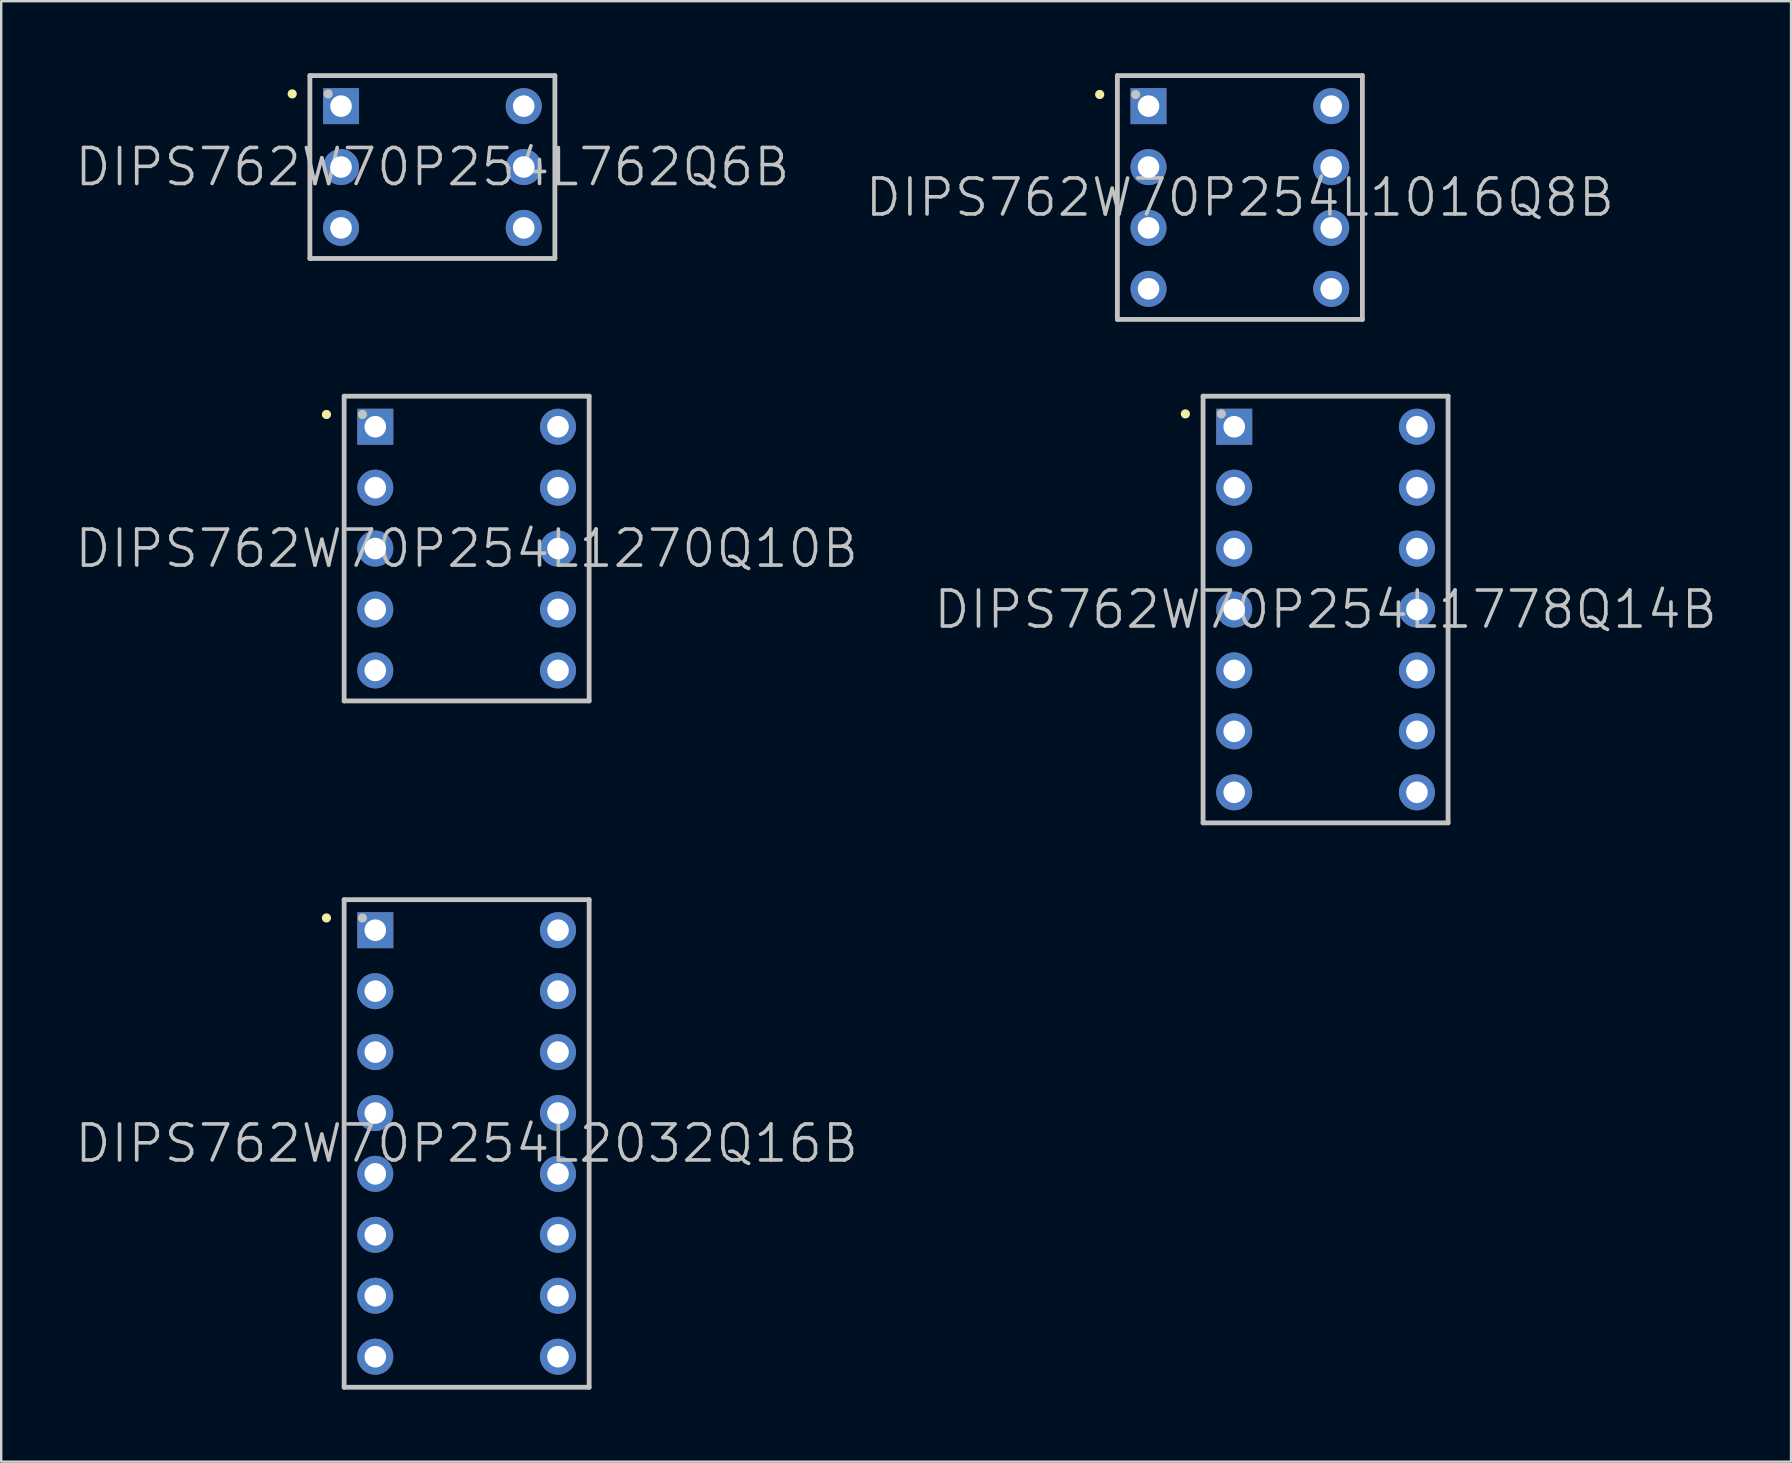
<source format=kicad_pcb>
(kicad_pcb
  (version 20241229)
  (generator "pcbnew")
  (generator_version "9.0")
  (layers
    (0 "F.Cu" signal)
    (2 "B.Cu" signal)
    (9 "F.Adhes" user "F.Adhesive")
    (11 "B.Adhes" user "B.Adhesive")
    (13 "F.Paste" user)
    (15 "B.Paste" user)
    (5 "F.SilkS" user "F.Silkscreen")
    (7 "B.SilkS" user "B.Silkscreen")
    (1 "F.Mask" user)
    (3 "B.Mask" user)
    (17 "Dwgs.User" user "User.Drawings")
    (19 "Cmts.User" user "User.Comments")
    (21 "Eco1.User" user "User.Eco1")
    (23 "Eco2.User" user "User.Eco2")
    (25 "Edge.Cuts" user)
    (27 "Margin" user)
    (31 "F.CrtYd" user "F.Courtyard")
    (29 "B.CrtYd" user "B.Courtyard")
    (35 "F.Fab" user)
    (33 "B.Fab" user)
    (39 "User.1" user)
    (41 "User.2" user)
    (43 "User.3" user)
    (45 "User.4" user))
  (footprint "DIPS762W70P254L1270Q10B"
    (layer "F.Cu")
    (at 16.396 19.81)
    (property "Reference" "DIPS762W70P254L1270Q10B" (at 0 0 0) (layer "Dwgs.User") (effects (font (size 1.5 1.5) (thickness 0.15))))
    (attr through_hole)
    (fp_line (start -5.842 -5.588) (end -5.842 -5.588) (stroke (width 0.381) (type solid)) (layer "F.SilkS"))
    (fp_line (start -5.105 -6.35) (end -5.105 6.35) (stroke (width 0.2) (type solid)) (layer "Dwgs.User"))
    (fp_line (start -5.105 -6.35) (end 5.105 -6.35) (stroke (width 0.2) (type solid)) (layer "Dwgs.User"))
    (fp_line (start -5.105 6.35) (end 5.105 6.35) (stroke (width 0.2) (type solid)) (layer "Dwgs.User"))
    (fp_line (start -4.343 -5.588) (end -4.343 -5.588) (stroke (width 0.381) (type solid)) (layer "Dwgs.User"))
    (fp_line (start 5.105 -6.35) (end 5.105 6.35) (stroke (width 0.2) (type solid)) (layer "Dwgs.User"))
    (pad "1" thru_hole rect (at -3.807 -5.077 180) (size 1.5 1.5) (drill 0.9) (layers "*.Cu" "*.Mask"))
    (pad "2" thru_hole circle (at -3.807 -2.537 180) (size 1.5 1.5) (drill 0.9) (layers "*.Cu" "*.Mask"))
    (pad "3" thru_hole circle (at -3.807 0 180) (size 1.5 1.5) (drill 0.9) (layers "*.Cu" "*.Mask"))
    (pad "4" thru_hole circle (at -3.807 2.537 180) (size 1.5 1.5) (drill 0.9) (layers "*.Cu" "*.Mask"))
    (pad "5" thru_hole circle (at -3.807 5.077 180) (size 1.5 1.5) (drill 0.9) (layers "*.Cu" "*.Mask"))
    (pad "6" thru_hole circle (at 3.807 5.077 180) (size 1.5 1.5) (drill 0.9) (layers "*.Cu" "*.Mask"))
    (pad "7" thru_hole circle (at 3.807 2.537 180) (size 1.5 1.5) (drill 0.9) (layers "*.Cu" "*.Mask"))
    (pad "8" thru_hole circle (at 3.807 0 180) (size 1.5 1.5) (drill 0.9) (layers "*.Cu" "*.Mask"))
    (pad "9" thru_hole circle (at 3.807 -2.537 180) (size 1.5 1.5) (drill 0.9) (layers "*.Cu" "*.Mask"))
    (pad "10" thru_hole circle (at 3.807 -5.077 180) (size 1.5 1.5) (drill 0.9) (layers "*.Cu" "*.Mask")))
  (footprint "DIPS762W70P254L762Q6B"
    (layer "F.Cu")
    (at 14.968 3.91)
    (property "Reference" "DIPS762W70P254L762Q6B" (at 0 0 0) (layer "Dwgs.User") (effects (font (size 1.5 1.5) (thickness 0.15))))
    (attr through_hole)
    (fp_line (start -5.842 -3.048) (end -5.842 -3.048) (stroke (width 0.381) (type solid)) (layer "F.SilkS"))
    (fp_line (start -5.105 -3.81) (end -5.105 3.81) (stroke (width 0.2) (type solid)) (layer "Dwgs.User"))
    (fp_line (start -5.105 -3.81) (end 5.105 -3.81) (stroke (width 0.2) (type solid)) (layer "Dwgs.User"))
    (fp_line (start -5.105 3.81) (end 5.105 3.81) (stroke (width 0.2) (type solid)) (layer "Dwgs.User"))
    (fp_line (start -4.343 -3.048) (end -4.343 -3.048) (stroke (width 0.381) (type solid)) (layer "Dwgs.User"))
    (fp_line (start 5.105 -3.81) (end 5.105 3.81) (stroke (width 0.2) (type solid)) (layer "Dwgs.User"))
    (pad "1" thru_hole rect (at -3.807 -2.537 180) (size 1.5 1.5) (drill 0.9) (layers "*.Cu" "*.Mask"))
    (pad "2" thru_hole circle (at -3.807 0 180) (size 1.5 1.5) (drill 0.9) (layers "*.Cu" "*.Mask"))
    (pad "3" thru_hole circle (at -3.807 2.537 180) (size 1.5 1.5) (drill 0.9) (layers "*.Cu" "*.Mask"))
    (pad "4" thru_hole circle (at 3.807 2.537 180) (size 1.5 1.5) (drill 0.9) (layers "*.Cu" "*.Mask"))
    (pad "5" thru_hole circle (at 3.807 0 180) (size 1.5 1.5) (drill 0.9) (layers "*.Cu" "*.Mask"))
    (pad "6" thru_hole circle (at 3.807 -2.537 180) (size 1.5 1.5) (drill 0.9) (layers "*.Cu" "*.Mask")))
  (footprint "DIPS762W70P254L1016Q8B"
    (layer "F.Cu")
    (at 48.618 5.18)
    (property "Reference" "DIPS762W70P254L1016Q8B" (at 0 0 0) (layer "Dwgs.User") (effects (font (size 1.5 1.5) (thickness 0.15))))
    (attr through_hole)
    (fp_line (start -5.842 -4.293) (end -5.842 -4.293) (stroke (width 0.381) (type solid)) (layer "F.SilkS"))
    (fp_line (start -5.105 -5.08) (end -5.105 5.08) (stroke (width 0.2) (type solid)) (layer "Dwgs.User"))
    (fp_line (start -5.105 -5.08) (end 5.105 -5.08) (stroke (width 0.2) (type solid)) (layer "Dwgs.User"))
    (fp_line (start -5.105 5.08) (end 5.105 5.08) (stroke (width 0.2) (type solid)) (layer "Dwgs.User"))
    (fp_line (start -4.343 -4.293) (end -4.343 -4.293) (stroke (width 0.381) (type solid)) (layer "Dwgs.User"))
    (fp_line (start 5.105 -5.08) (end 5.105 5.08) (stroke (width 0.2) (type solid)) (layer "Dwgs.User"))
    (pad "1" thru_hole rect (at -3.807 -3.807 180) (size 1.5 1.5) (drill 0.9) (layers "*.Cu" "*.Mask"))
    (pad "2" thru_hole circle (at -3.807 -1.267 180) (size 1.5 1.5) (drill 0.9) (layers "*.Cu" "*.Mask"))
    (pad "3" thru_hole circle (at -3.807 1.267 180) (size 1.5 1.5) (drill 0.9) (layers "*.Cu" "*.Mask"))
    (pad "4" thru_hole circle (at -3.807 3.807 180) (size 1.5 1.5) (drill 0.9) (layers "*.Cu" "*.Mask"))
    (pad "5" thru_hole circle (at 3.807 3.807 180) (size 1.5 1.5) (drill 0.9) (layers "*.Cu" "*.Mask"))
    (pad "6" thru_hole circle (at 3.807 1.267 180) (size 1.5 1.5) (drill 0.9) (layers "*.Cu" "*.Mask"))
    (pad "7" thru_hole circle (at 3.807 -1.267 180) (size 1.5 1.5) (drill 0.9) (layers "*.Cu" "*.Mask"))
    (pad "8" thru_hole circle (at 3.807 -3.807 180) (size 1.5 1.5) (drill 0.9) (layers "*.Cu" "*.Mask")))
  (footprint "DIPS762W70P254L1778Q14B"
    (layer "F.Cu")
    (at 52.189 22.35)
    (property "Reference" "DIPS762W70P254L1778Q14B" (at 0 0 0) (layer "Dwgs.User") (effects (font (size 1.5 1.5) (thickness 0.15))))
    (attr through_hole)
    (fp_line (start -5.842 -8.153) (end -5.842 -8.153) (stroke (width 0.381) (type solid)) (layer "F.SilkS"))
    (fp_line (start -5.105 -8.89) (end -5.105 8.89) (stroke (width 0.2) (type solid)) (layer "Dwgs.User"))
    (fp_line (start -5.105 -8.89) (end 5.105 -8.89) (stroke (width 0.2) (type solid)) (layer "Dwgs.User"))
    (fp_line (start -5.105 8.89) (end 5.105 8.89) (stroke (width 0.2) (type solid)) (layer "Dwgs.User"))
    (fp_line (start -4.343 -8.153) (end -4.343 -8.153) (stroke (width 0.381) (type solid)) (layer "Dwgs.User"))
    (fp_line (start 5.105 -8.89) (end 5.105 8.89) (stroke (width 0.2) (type solid)) (layer "Dwgs.User"))
    (pad "1" thru_hole rect (at -3.807 -7.617 180) (size 1.5 1.5) (drill 0.9) (layers "*.Cu" "*.Mask"))
    (pad "2" thru_hole circle (at -3.807 -5.077 180) (size 1.5 1.5) (drill 0.9) (layers "*.Cu" "*.Mask"))
    (pad "3" thru_hole circle (at -3.807 -2.537 180) (size 1.5 1.5) (drill 0.9) (layers "*.Cu" "*.Mask"))
    (pad "4" thru_hole circle (at -3.807 0 180) (size 1.5 1.5) (drill 0.9) (layers "*.Cu" "*.Mask"))
    (pad "5" thru_hole circle (at -3.807 2.537 180) (size 1.5 1.5) (drill 0.9) (layers "*.Cu" "*.Mask"))
    (pad "6" thru_hole circle (at -3.807 5.077 180) (size 1.5 1.5) (drill 0.9) (layers "*.Cu" "*.Mask"))
    (pad "7" thru_hole circle (at -3.807 7.617 180) (size 1.5 1.5) (drill 0.9) (layers "*.Cu" "*.Mask"))
    (pad "8" thru_hole circle (at 3.807 7.617 180) (size 1.5 1.5) (drill 0.9) (layers "*.Cu" "*.Mask"))
    (pad "9" thru_hole circle (at 3.807 5.077 180) (size 1.5 1.5) (drill 0.9) (layers "*.Cu" "*.Mask"))
    (pad "10" thru_hole circle (at 3.807 2.537 180) (size 1.5 1.5) (drill 0.9) (layers "*.Cu" "*.Mask"))
    (pad "11" thru_hole circle (at 3.807 0 180) (size 1.5 1.5) (drill 0.9) (layers "*.Cu" "*.Mask"))
    (pad "12" thru_hole circle (at 3.807 -2.537 180) (size 1.5 1.5) (drill 0.9) (layers "*.Cu" "*.Mask"))
    (pad "13" thru_hole circle (at 3.807 -5.077 180) (size 1.5 1.5) (drill 0.9) (layers "*.Cu" "*.Mask"))
    (pad "14" thru_hole circle (at 3.807 -7.617 180) (size 1.5 1.5) (drill 0.9) (layers "*.Cu" "*.Mask")))
  (footprint "DIPS762W70P254L2032Q16B"
    (layer "F.Cu")
    (at 16.396 44.6)
    (property "Reference" "DIPS762W70P254L2032Q16B" (at 0 0 0) (layer "Dwgs.User") (effects (font (size 1.5 1.5) (thickness 0.15))))
    (attr through_hole)
    (fp_line (start -5.842 -9.398) (end -5.842 -9.398) (stroke (width 0.381) (type solid)) (layer "F.SilkS"))
    (fp_line (start -5.105 -10.16) (end -5.105 10.16) (stroke (width 0.2) (type solid)) (layer "Dwgs.User"))
    (fp_line (start -5.105 -10.16) (end 5.105 -10.16) (stroke (width 0.2) (type solid)) (layer "Dwgs.User"))
    (fp_line (start -5.105 10.16) (end 5.105 10.16) (stroke (width 0.2) (type solid)) (layer "Dwgs.User"))
    (fp_line (start -4.343 -9.398) (end -4.343 -9.398) (stroke (width 0.381) (type solid)) (layer "Dwgs.User"))
    (fp_line (start 5.105 -10.16) (end 5.105 10.16) (stroke (width 0.2) (type solid)) (layer "Dwgs.User"))
    (pad "1" thru_hole rect (at -3.807 -8.887 180) (size 1.5 1.5) (drill 0.9) (layers "*.Cu" "*.Mask"))
    (pad "2" thru_hole circle (at -3.807 -6.347 180) (size 1.5 1.5) (drill 0.9) (layers "*.Cu" "*.Mask"))
    (pad "3" thru_hole circle (at -3.807 -3.807 180) (size 1.5 1.5) (drill 0.9) (layers "*.Cu" "*.Mask"))
    (pad "4" thru_hole circle (at -3.807 -1.267 180) (size 1.5 1.5) (drill 0.9) (layers "*.Cu" "*.Mask"))
    (pad "5" thru_hole circle (at -3.807 1.267 180) (size 1.5 1.5) (drill 0.9) (layers "*.Cu" "*.Mask"))
    (pad "6" thru_hole circle (at -3.807 3.807 180) (size 1.5 1.5) (drill 0.9) (layers "*.Cu" "*.Mask"))
    (pad "7" thru_hole circle (at -3.807 6.347 180) (size 1.5 1.5) (drill 0.9) (layers "*.Cu" "*.Mask"))
    (pad "8" thru_hole circle (at -3.807 8.887 180) (size 1.5 1.5) (drill 0.9) (layers "*.Cu" "*.Mask"))
    (pad "9" thru_hole circle (at 3.807 8.887 180) (size 1.5 1.5) (drill 0.9) (layers "*.Cu" "*.Mask"))
    (pad "10" thru_hole circle (at 3.807 6.347 180) (size 1.5 1.5) (drill 0.9) (layers "*.Cu" "*.Mask"))
    (pad "11" thru_hole circle (at 3.807 3.807 180) (size 1.5 1.5) (drill 0.9) (layers "*.Cu" "*.Mask"))
    (pad "12" thru_hole circle (at 3.807 1.267 180) (size 1.5 1.5) (drill 0.9) (layers "*.Cu" "*.Mask"))
    (pad "13" thru_hole circle (at 3.807 -1.267 180) (size 1.5 1.5) (drill 0.9) (layers "*.Cu" "*.Mask"))
    (pad "14" thru_hole circle (at 3.807 -3.807 180) (size 1.5 1.5) (drill 0.9) (layers "*.Cu" "*.Mask"))
    (pad "15" thru_hole circle (at 3.807 -6.347 180) (size 1.5 1.5) (drill 0.9) (layers "*.Cu" "*.Mask"))
    (pad "16" thru_hole circle (at 3.807 -8.887 180) (size 1.5 1.5) (drill 0.9) (layers "*.Cu" "*.Mask")))
  (gr_rect
    (start -3 -3)
    (end 71.586 57.86)
    (stroke (width 0.1) (type default))
    (fill no)
    (layer "Edge.Cuts")))
</source>
